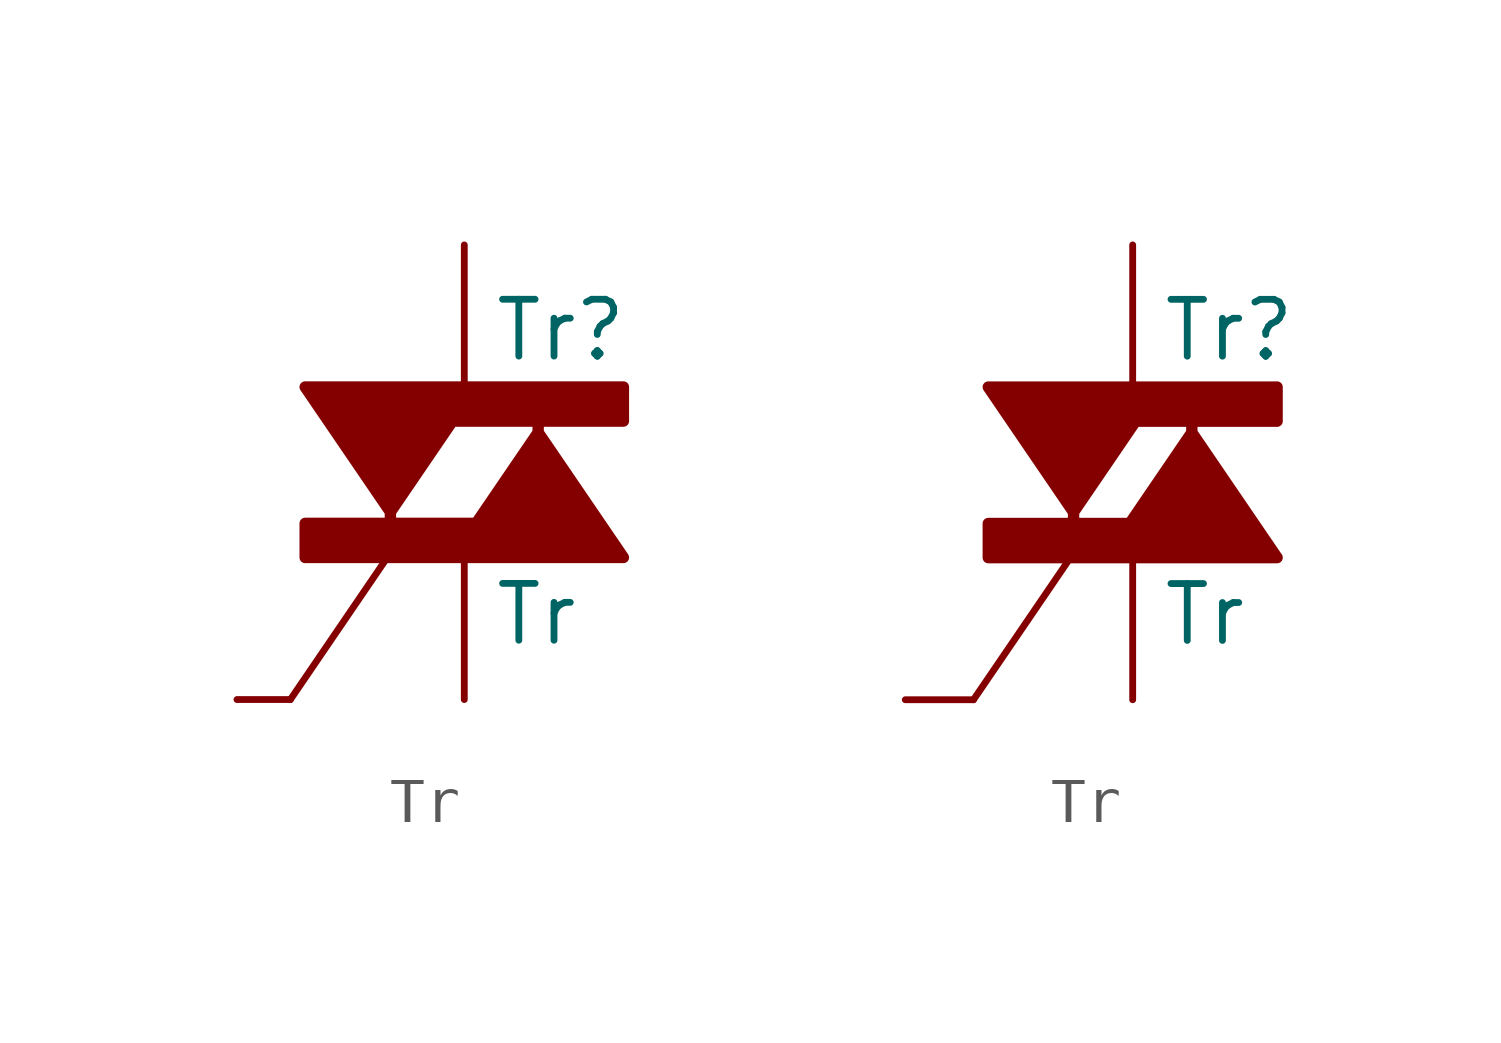
<source format=kicad_sym>
(kicad_symbol_lib
  (version 20211014)
  (generator kicad_symbol_editor)
  (symbol "Tr"
    (pin_numbers hide)
    (pin_names
      (offset 0) hide)
    (property "Reference" "Tr"
      (at 0.635 3.175 0)
      (effects (font (size 1.27 1.27)) (justify left)))
    (property "Value" "Tr"
      (at 0.635 -3.175 0)
      (effects (font (size 1.27 1.27)) (justify left)))
    (symbol "Tr_1_1"
      (polyline (pts (xy -1.6 -1.727) (xy -3.886 -5.08)) (stroke (width 0) (type default) (color 0 0 0 0)) (fill (type none)))
      (polyline (pts (xy -1.651 -0.889) (xy -1.651 -1.143) (xy -3.556 -1.143) (xy -3.556 -1.905) (xy 3.556 -1.905) (xy 1.651 0.889) (xy 1.651 1.143) (xy 3.556 1.143) (xy 3.556 1.905) (xy -3.556 1.905) (xy -1.651 -0.889) (xy -0.127 1.346) (xy -0.254 1.143) (xy 1.651 1.143) (xy 1.651 0.889) (xy 0.127 -1.346) (xy 0.254 -1.143) (xy -1.651 -1.143) (xy -1.651 -0.889)) (stroke (width 0.254) (type default) (color 0 0 0 0)) (fill (type outline)))
      (pin passive line (at 0 -5.08 90) (length 3.175) (name "MT1" (effects (font (size 1.27 1.27)))) (number "1" (effects (font (size 1.27 1.27)))))
      (pin passive line (at 0 5.08 270) (length 3.175) (name "MT2" (effects (font (size 1.27 1.27)))) (number "2" (effects (font (size 1.27 1.27)))))
      (pin passive line (at -5.08 -5.08 0) (length 1.194) (name "G" (effects (font (size 1.27 1.27)))) (number "3" (effects (font (size 1.27 1.27))))))
    (symbol "Tr_1_2"
      (polyline (pts (xy -1.27 -1.727) (xy -3.556 -5.08)) (stroke (width 0) (type default) (color 0 0 0 0)) (fill (type none)))
      (polyline (pts (xy -1.321 -0.889) (xy -1.321 -1.143) (xy -3.226 -1.143) (xy -3.226 -1.905) (xy 3.226 -1.905) (xy 1.321 0.889) (xy 1.321 1.143) (xy 3.226 1.143) (xy 3.226 1.905) (xy -3.226 1.905) (xy -1.321 -0.889) (xy 0.203 1.346) (xy 0.076 1.143) (xy 1.321 1.143) (xy 1.321 0.889) (xy -0.203 -1.346) (xy -0.076 -1.143) (xy -1.321 -1.143) (xy -1.321 -0.889)) (stroke (width 0.254) (type default) (color 0 0 0 0)) (fill (type outline)))
      (pin passive line (at 0 -5.08 90) (length 3.175) (name "MT1" (effects (font (size 1.27 1.27)))) (number "1" (effects (font (size 1.27 1.27)))))
      (pin passive line (at 0 5.08 270) (length 3.175) (name "MT2" (effects (font (size 1.27 1.27)))) (number "2" (effects (font (size 1.27 1.27)))))
      (pin passive line (at -5.08 -5.08 0) (length 1.524) (name "G" (effects (font (size 1.27 1.27)))) (number "3" (effects (font (size 1.27 1.27))))))))
</source>
